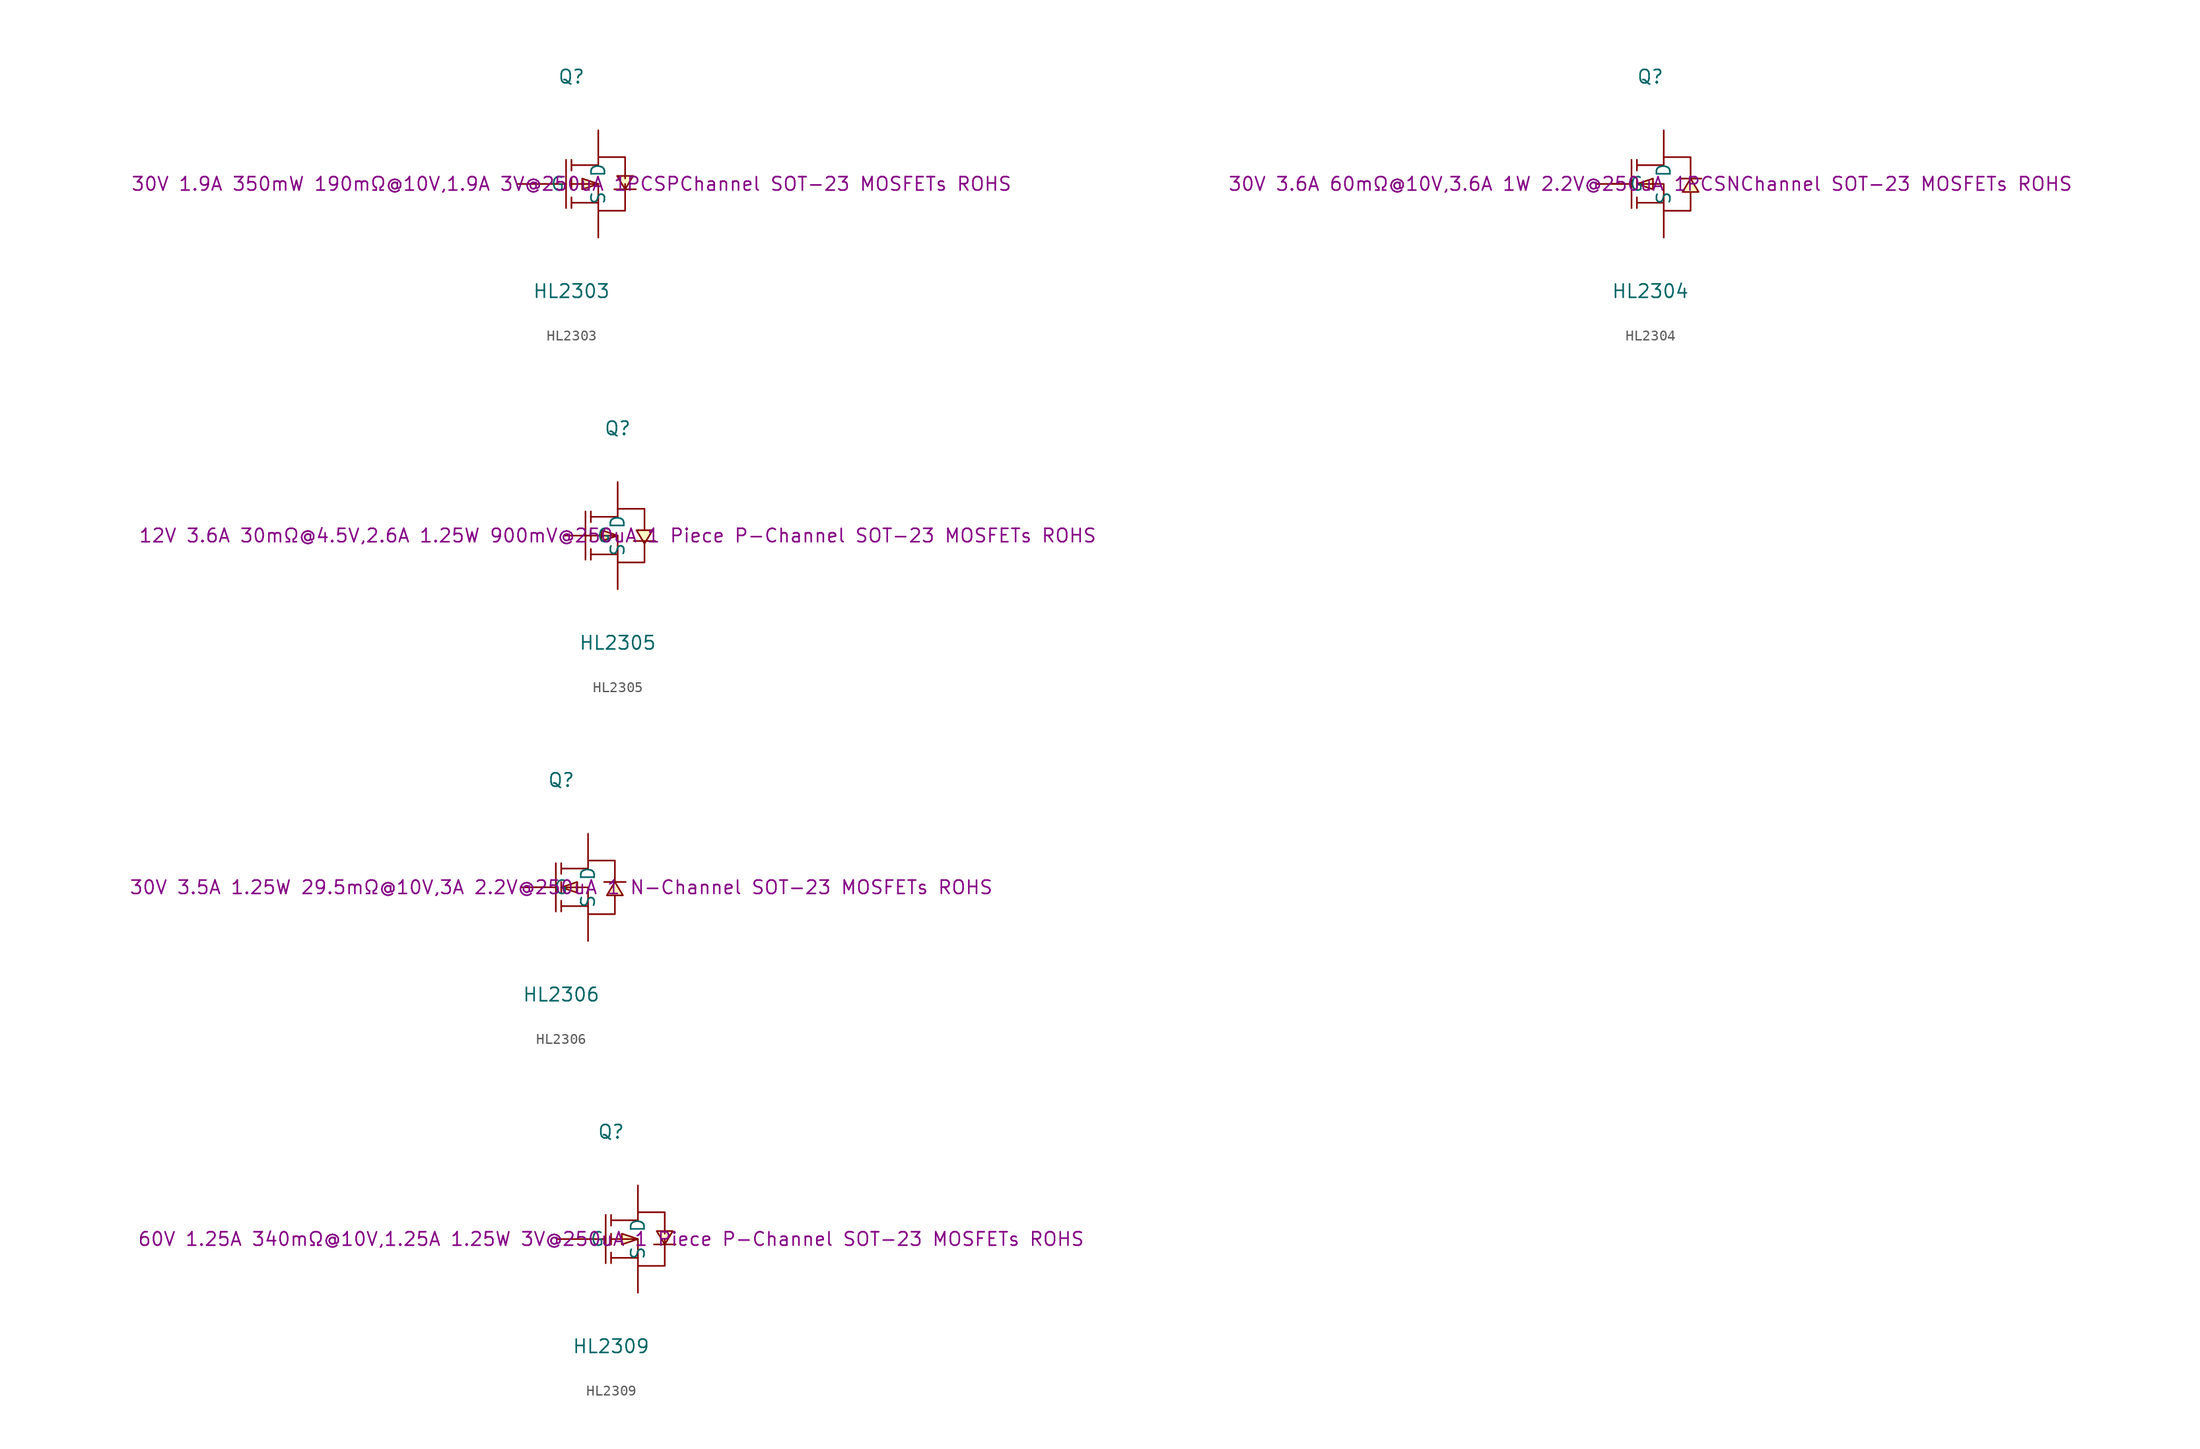
<source format=kicad_sym>
(kicad_symbol_lib
  (version 20241209)
  (generator "kicad_symbol_editor")
  (generator_version "9.0")
  (symbol "HL2303"
    (pin_numbers
      (hide yes))
    (property "Reference" "Q"
      (at 0 10.16 0)
      (effects (font (size 1.27 1.27))))
    (property "Value" "HL2303"
      (at 0 -10.16 0)
      (effects (font (size 1.27 1.27))))
    (property "Description" "30V 1.9A 350mW 190mΩ@10V,1.9A 3V@250uA 1PCSPChannel SOT-23 MOSFETs ROHS"
      (at 0 0 0)
      (effects (font (size 1.27 1.27))))
    (symbol "HL2303_0_1"
      (polyline (pts (xy -2.54 0) (xy -0.51 0)) (stroke (width 0) (type default)) (fill (type none)))
      (polyline (pts (xy -0.51 2.29) (xy -0.51 -2.29)) (stroke (width 0) (type default)) (fill (type none)))
      (polyline (pts (xy 0 2.29) (xy 0 1.27)) (stroke (width 0) (type default)) (fill (type none)))
      (polyline (pts (xy 0 1.78) (xy 2.54 1.78) (xy 2.54 2.54) (xy 5.08 2.54) (xy 5.08 0.51)) (stroke (width 0) (type default)) (fill (type none)))
      (polyline (pts (xy 0 0) (xy 2.54 0) (xy 2.54 -2.54) (xy 5.08 -2.54) (xy 5.08 0)) (stroke (width 0) (type default)) (fill (type none)))
      (polyline (pts (xy 0 -0.51) (xy 0 0.51)) (stroke (width 0) (type default)) (fill (type none)))
      (polyline (pts (xy 0 -2.29) (xy 0 -1.27)) (stroke (width 0) (type default)) (fill (type none)))
      (polyline (pts (xy 2.54 0) (xy 1.02 -0.51) (xy 1.02 0.51) (xy 2.54 0)) (stroke (width 0) (type default)) (fill (type background)))
      (polyline (pts (xy 2.54 -1.78) (xy 0 -1.78)) (stroke (width 0) (type default)) (fill (type none)))
      (polyline (pts (xy 4.06 -0.51) (xy 4.57 -0.51) (xy 5.59 -0.51) (xy 6.1 -0.51)) (stroke (width 0) (type default)) (fill (type none)))
      (polyline (pts (xy 5.08 -0.51) (xy 5.84 0.76) (xy 4.32 0.76) (xy 5.08 -0.51)) (stroke (width 0) (type default)) (fill (type background)))
      (pin unspecified line (at -5.08 0 0) (length 2.54) (name "G" (effects (font (size 1.27 1.27)))) (number "1" (effects (font (size 1.27 1.27)))))
      (pin unspecified line (at 2.54 5.08 270) (length 2.54) (name "D" (effects (font (size 1.27 1.27)))) (number "3" (effects (font (size 1.27 1.27)))))
      (pin unspecified line (at 2.54 -5.08 90) (length 2.54) (name "S" (effects (font (size 1.27 1.27)))) (number "2" (effects (font (size 1.27 1.27)))))))
  (symbol "HL2304"
    (pin_numbers
      (hide yes))
    (property "Reference" "Q"
      (at 0 10.16 0)
      (effects (font (size 1.27 1.27))))
    (property "Value" "HL2304"
      (at 0 -10.16 0)
      (effects (font (size 1.27 1.27))))
    (property "Description" "30V 3.6A 60mΩ@10V,3.6A 1W 2.2V@250uA 1PCSNChannel SOT-23 MOSFETs ROHS"
      (at 0 0 0)
      (effects (font (size 1.27 1.27))))
    (symbol "HL2304_0_1"
      (polyline (pts (xy -3.81 0) (xy -1.78 0)) (stroke (width 0) (type default)) (fill (type none)))
      (polyline (pts (xy -1.78 2.29) (xy -1.78 -2.29)) (stroke (width 0) (type default)) (fill (type none)))
      (polyline (pts (xy -1.27 2.29) (xy -1.27 1.27)) (stroke (width 0) (type default)) (fill (type none)))
      (polyline (pts (xy -1.27 1.78) (xy 1.27 1.78) (xy 1.27 2.54) (xy 3.81 2.54) (xy 3.81 0.51)) (stroke (width 0) (type default)) (fill (type none)))
      (polyline (pts (xy -1.27 0) (xy 0.25 -0.51) (xy 0.25 0.51) (xy -1.27 0)) (stroke (width 0) (type default)) (fill (type background)))
      (polyline (pts (xy -1.27 0) (xy 1.27 0) (xy 1.27 -2.54) (xy 3.81 -2.54) (xy 3.81 -0.76)) (stroke (width 0) (type default)) (fill (type none)))
      (polyline (pts (xy -1.27 -0.51) (xy -1.27 0.51)) (stroke (width 0) (type default)) (fill (type none)))
      (polyline (pts (xy -1.27 -2.29) (xy -1.27 -1.27)) (stroke (width 0) (type default)) (fill (type none)))
      (polyline (pts (xy 1.27 -1.78) (xy -1.27 -1.78)) (stroke (width 0) (type default)) (fill (type none)))
      (polyline (pts (xy 3.81 0.51) (xy 3.05 -0.76) (xy 4.57 -0.76) (xy 3.81 0.51)) (stroke (width 0) (type default)) (fill (type background)))
      (polyline (pts (xy 4.83 0.51) (xy 4.32 0.51) (xy 3.3 0.51) (xy 2.79 0.51)) (stroke (width 0) (type default)) (fill (type none)))
      (pin unspecified line (at -5.08 0 0) (length 2.54) (name "G" (effects (font (size 1.27 1.27)))) (number "1" (effects (font (size 1.27 1.27)))))
      (pin unspecified line (at 1.27 5.08 270) (length 2.54) (name "D" (effects (font (size 1.27 1.27)))) (number "3" (effects (font (size 1.27 1.27)))))
      (pin unspecified line (at 1.27 -5.08 90) (length 2.54) (name "S" (effects (font (size 1.27 1.27)))) (number "2" (effects (font (size 1.27 1.27)))))))
  (symbol "HL2305"
    (pin_numbers
      (hide yes))
    (property "Reference" "Q"
      (at 0 10.16 0)
      (effects (font (size 1.27 1.27))))
    (property "Value" "HL2305"
      (at 0 -10.16 0)
      (effects (font (size 1.27 1.27))))
    (property "Description" "12V 3.6A 30mΩ@4.5V,2.6A 1.25W 900mV@250uA 1 Piece P-Channel SOT-23 MOSFETs ROHS"
      (at 0 0 0)
      (effects (font (size 1.27 1.27))))
    (symbol "HL2305_0_1"
      (polyline (pts (xy -3.05 2.29) (xy -3.05 -2.29)) (stroke (width 0) (type default)) (fill (type none)))
      (polyline (pts (xy -2.54 2.29) (xy -2.54 1.27)) (stroke (width 0) (type default)) (fill (type none)))
      (polyline (pts (xy -2.54 1.78) (xy 0 1.78) (xy 0 2.54) (xy 2.54 2.54) (xy 2.54 0.51)) (stroke (width 0) (type default)) (fill (type none)))
      (polyline (pts (xy -2.54 0) (xy 0 0) (xy 0 -2.54) (xy 2.54 -2.54) (xy 2.54 -0.76)) (stroke (width 0) (type default)) (fill (type none)))
      (polyline (pts (xy -2.54 -0.51) (xy -2.54 0.51)) (stroke (width 0) (type default)) (fill (type none)))
      (polyline (pts (xy -2.54 -2.29) (xy -2.54 -1.27)) (stroke (width 0) (type default)) (fill (type none)))
      (polyline (pts (xy 0 0) (xy -1.52 0.51) (xy -1.52 -0.51) (xy 0 0)) (stroke (width 0) (type default)) (fill (type background)))
      (polyline (pts (xy 0 -1.78) (xy -2.54 -1.78)) (stroke (width 0) (type default)) (fill (type none)))
      (polyline (pts (xy 1.52 -0.51) (xy 2.03 -0.51) (xy 3.05 -0.51) (xy 3.56 -0.51)) (stroke (width 0) (type default)) (fill (type none)))
      (polyline (pts (xy 2.54 -0.76) (xy 3.3 0.51) (xy 1.78 0.51) (xy 2.54 -0.76)) (stroke (width 0) (type default)) (fill (type background)))
      (pin unspecified line (at -5.08 0 0) (length 2.54) (name "G" (effects (font (size 1.27 1.27)))) (number "1" (effects (font (size 1.27 1.27)))))
      (pin unspecified line (at 0 5.08 270) (length 2.54) (name "D" (effects (font (size 1.27 1.27)))) (number "3" (effects (font (size 1.27 1.27)))))
      (pin unspecified line (at 0 -5.08 90) (length 2.54) (name "S" (effects (font (size 1.27 1.27)))) (number "2" (effects (font (size 1.27 1.27)))))))
  (symbol "HL2306"
    (pin_numbers
      (hide yes))
    (property "Reference" "Q"
      (at 0 10.16 0)
      (effects (font (size 1.27 1.27))))
    (property "Value" "HL2306"
      (at 0 -10.16 0)
      (effects (font (size 1.27 1.27))))
    (property "Description" "30V 3.5A 1.25W 29.5mΩ@10V,3A 2.2V@250uA 1 N-Channel SOT-23 MOSFETs ROHS"
      (at 0 0 0)
      (effects (font (size 1.27 1.27))))
    (symbol "HL2306_0_1"
      (polyline (pts (xy -2.54 0) (xy -0.51 0)) (stroke (width 0) (type default)) (fill (type none)))
      (polyline (pts (xy -0.51 2.29) (xy -0.51 -2.29)) (stroke (width 0) (type default)) (fill (type none)))
      (polyline (pts (xy 0 2.29) (xy 0 1.27)) (stroke (width 0) (type default)) (fill (type none)))
      (polyline (pts (xy 0 1.78) (xy 2.54 1.78) (xy 2.54 2.54) (xy 5.08 2.54) (xy 5.08 0.51)) (stroke (width 0) (type default)) (fill (type none)))
      (polyline (pts (xy 0 0) (xy 1.52 -0.51) (xy 1.52 0.51) (xy 0 0)) (stroke (width 0) (type default)) (fill (type background)))
      (polyline (pts (xy 0 0) (xy 2.54 0) (xy 2.54 -2.54) (xy 5.08 -2.54) (xy 5.08 -0.76)) (stroke (width 0) (type default)) (fill (type none)))
      (polyline (pts (xy 0 -0.51) (xy 0 0.51)) (stroke (width 0) (type default)) (fill (type none)))
      (polyline (pts (xy 0 -2.29) (xy 0 -1.27)) (stroke (width 0) (type default)) (fill (type none)))
      (polyline (pts (xy 2.54 -1.78) (xy 0 -1.78)) (stroke (width 0) (type default)) (fill (type none)))
      (polyline (pts (xy 5.08 0.51) (xy 4.32 -0.76) (xy 5.84 -0.76) (xy 5.08 0.51)) (stroke (width 0) (type default)) (fill (type background)))
      (polyline (pts (xy 6.1 0.51) (xy 5.59 0.51) (xy 4.57 0.51) (xy 4.06 0.51)) (stroke (width 0) (type default)) (fill (type none)))
      (pin unspecified line (at -3.81 0 0) (length 2.54) (name "G" (effects (font (size 1.27 1.27)))) (number "1" (effects (font (size 1.27 1.27)))))
      (pin unspecified line (at 2.54 5.08 270) (length 2.54) (name "D" (effects (font (size 1.27 1.27)))) (number "3" (effects (font (size 1.27 1.27)))))
      (pin unspecified line (at 2.54 -5.08 90) (length 2.54) (name "S" (effects (font (size 1.27 1.27)))) (number "2" (effects (font (size 1.27 1.27)))))))
  (symbol "HL2309"
    (pin_numbers
      (hide yes))
    (property "Reference" "Q"
      (at 0 10.16 0)
      (effects (font (size 1.27 1.27))))
    (property "Value" "HL2309"
      (at 0 -10.16 0)
      (effects (font (size 1.27 1.27))))
    (property "Description" "60V 1.25A 340mΩ@10V,1.25A 1.25W 3V@250uA 1 Piece P-Channel SOT-23 MOSFETs ROHS"
      (at 0 0 0)
      (effects (font (size 1.27 1.27))))
    (symbol "HL2309_0_1"
      (polyline (pts (xy -2.54 0) (xy -0.51 0)) (stroke (width 0) (type default)) (fill (type none)))
      (polyline (pts (xy -0.51 2.29) (xy -0.51 -2.29)) (stroke (width 0) (type default)) (fill (type none)))
      (polyline (pts (xy 0 2.29) (xy 0 1.27)) (stroke (width 0) (type default)) (fill (type none)))
      (polyline (pts (xy 0 1.78) (xy 2.54 1.78) (xy 2.54 2.54) (xy 5.08 2.54) (xy 5.08 0.51)) (stroke (width 0) (type default)) (fill (type none)))
      (polyline (pts (xy 0 0) (xy 2.54 0) (xy 2.54 -2.54) (xy 5.08 -2.54) (xy 5.08 0)) (stroke (width 0) (type default)) (fill (type none)))
      (polyline (pts (xy 0 -0.51) (xy 0 0.51)) (stroke (width 0) (type default)) (fill (type none)))
      (polyline (pts (xy 0 -2.29) (xy 0 -1.27)) (stroke (width 0) (type default)) (fill (type none)))
      (polyline (pts (xy 2.54 0) (xy 1.02 -0.51) (xy 1.02 0.51) (xy 2.54 0)) (stroke (width 0) (type default)) (fill (type background)))
      (polyline (pts (xy 2.54 -1.78) (xy 0 -1.78)) (stroke (width 0) (type default)) (fill (type none)))
      (polyline (pts (xy 4.06 -0.51) (xy 4.57 -0.51) (xy 5.59 -0.51) (xy 6.1 -0.51)) (stroke (width 0) (type default)) (fill (type none)))
      (polyline (pts (xy 5.08 -0.51) (xy 5.84 0.76) (xy 4.32 0.76) (xy 5.08 -0.51)) (stroke (width 0) (type default)) (fill (type background)))
      (pin unspecified line (at -5.08 0 0) (length 2.54) (name "G" (effects (font (size 1.27 1.27)))) (number "1" (effects (font (size 1.27 1.27)))))
      (pin unspecified line (at 2.54 5.08 270) (length 2.54) (name "D" (effects (font (size 1.27 1.27)))) (number "3" (effects (font (size 1.27 1.27)))))
      (pin unspecified line (at 2.54 -5.08 90) (length 2.54) (name "S" (effects (font (size 1.27 1.27)))) (number "2" (effects (font (size 1.27 1.27))))))))
</source>
